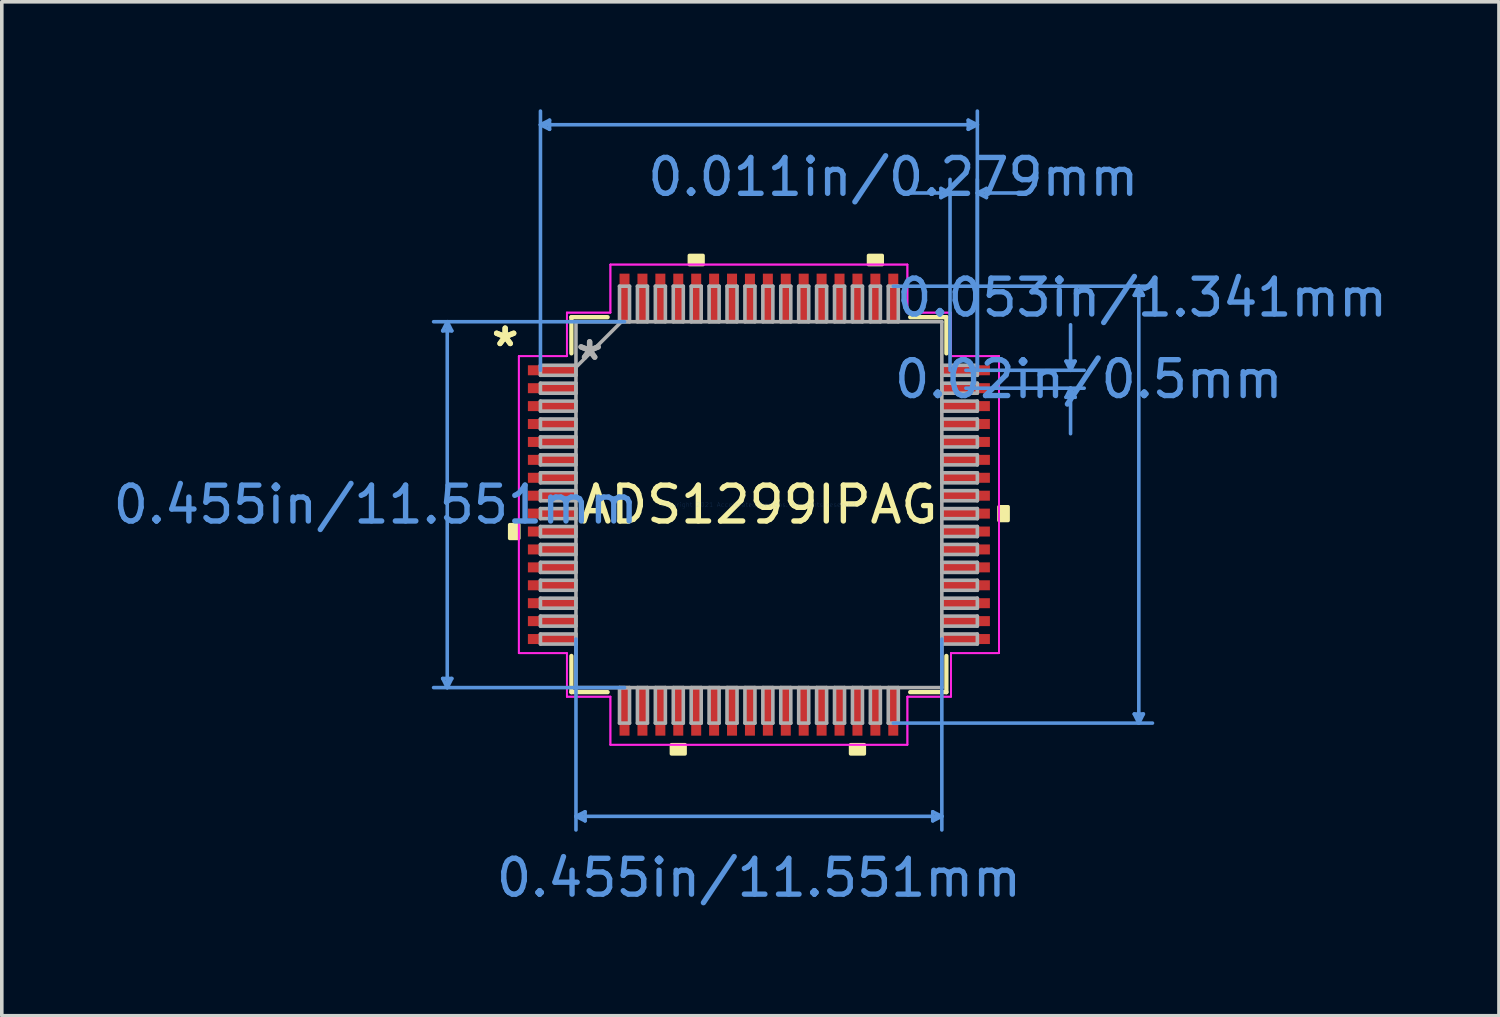
<source format=kicad_pcb>
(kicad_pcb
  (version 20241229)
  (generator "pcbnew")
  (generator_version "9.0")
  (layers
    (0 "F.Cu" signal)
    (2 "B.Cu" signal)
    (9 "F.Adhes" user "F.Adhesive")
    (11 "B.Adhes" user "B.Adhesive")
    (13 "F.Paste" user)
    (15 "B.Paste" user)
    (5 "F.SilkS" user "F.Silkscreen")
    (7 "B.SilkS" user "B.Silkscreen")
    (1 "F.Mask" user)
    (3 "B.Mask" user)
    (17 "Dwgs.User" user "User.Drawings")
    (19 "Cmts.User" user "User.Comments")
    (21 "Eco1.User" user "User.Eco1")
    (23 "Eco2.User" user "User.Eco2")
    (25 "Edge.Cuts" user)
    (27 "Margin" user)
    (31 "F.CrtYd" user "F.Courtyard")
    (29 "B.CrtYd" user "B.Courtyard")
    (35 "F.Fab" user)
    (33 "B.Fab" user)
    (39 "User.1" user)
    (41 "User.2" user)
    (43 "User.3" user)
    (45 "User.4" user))
  (footprint "ADS1299IPAG"
    (layer "F.Cu")
    (at 18.128 11.033)
    (property "Reference" "ADS1299IPAG" (at 0 0 0) (layer "F.SilkS") (effects (font (size 1 1) (thickness 0.15))))
    (attr through_hole)
    (fp_line (start -5.232 -5.232) (end -5.232 -4.222) (stroke (width 0.12) (type solid)) (layer "F.SilkS"))
    (fp_line (start -5.232 4.222) (end -5.232 5.232) (stroke (width 0.12) (type solid)) (layer "F.SilkS"))
    (fp_line (start -5.232 5.232) (end -4.222 5.232) (stroke (width 0.12) (type solid)) (layer "F.SilkS"))
    (fp_line (start -4.222 -5.232) (end -5.232 -5.232) (stroke (width 0.12) (type solid)) (layer "F.SilkS"))
    (fp_line (start 4.222 5.232) (end 5.232 5.232) (stroke (width 0.12) (type solid)) (layer "F.SilkS"))
    (fp_line (start 5.232 -5.232) (end 4.222 -5.232) (stroke (width 0.12) (type solid)) (layer "F.SilkS"))
    (fp_line (start 5.232 -4.222) (end 5.232 -5.232) (stroke (width 0.12) (type solid)) (layer "F.SilkS"))
    (fp_line (start 5.232 5.232) (end 5.232 4.222) (stroke (width 0.12) (type solid)) (layer "F.SilkS"))
    (fp_poly (pts (xy -6.954 0.56) (xy -6.954 0.941) (xy -6.7 0.941) (xy -6.7 0.56)) (stroke (width 0.1) (type solid)) (fill yes) (layer "F.SilkS"))
    (fp_poly (pts (xy -2.441 6.7) (xy -2.441 6.954) (xy -2.06 6.954) (xy -2.06 6.7)) (stroke (width 0.1) (type solid)) (fill yes) (layer "F.SilkS"))
    (fp_poly (pts (xy -1.94 -6.7) (xy -1.94 -6.954) (xy -1.559 -6.954) (xy -1.559 -6.7)) (stroke (width 0.1) (type solid)) (fill yes) (layer "F.SilkS"))
    (fp_poly (pts (xy 2.559 6.7) (xy 2.559 6.954) (xy 2.941 6.954) (xy 2.941 6.7)) (stroke (width 0.1) (type solid)) (fill yes) (layer "F.SilkS"))
    (fp_poly (pts (xy 3.06 -6.7) (xy 3.06 -6.954) (xy 3.441 -6.954) (xy 3.441 -6.7)) (stroke (width 0.1) (type solid)) (fill yes) (layer "F.SilkS"))
    (fp_poly (pts (xy 6.954 0.059) (xy 6.954 0.441) (xy 6.7 0.441) (xy 6.7 0.059)) (stroke (width 0.1) (type solid)) (fill yes) (layer "F.SilkS"))
    (fp_line (start -8.824 -4.851) (end -8.57 -4.851) (stroke (width 0.1) (type solid)) (layer "Cmts.User"))
    (fp_line (start -8.824 4.851) (end -8.57 4.851) (stroke (width 0.1) (type solid)) (layer "Cmts.User"))
    (fp_line (start -8.697 -5.105) (end -8.824 -4.851) (stroke (width 0.1) (type solid)) (layer "Cmts.User"))
    (fp_line (start -8.697 -5.105) (end -8.697 5.105) (stroke (width 0.1) (type solid)) (layer "Cmts.User"))
    (fp_line (start -8.697 -5.105) (end -8.57 -4.851) (stroke (width 0.1) (type solid)) (layer "Cmts.User"))
    (fp_line (start -8.697 5.105) (end -8.824 4.851) (stroke (width 0.1) (type solid)) (layer "Cmts.User"))
    (fp_line (start -8.697 5.105) (end -8.57 4.851) (stroke (width 0.1) (type solid)) (layer "Cmts.User"))
    (fp_line (start -6.096 -10.602) (end -5.842 -10.729) (stroke (width 0.1) (type solid)) (layer "Cmts.User"))
    (fp_line (start -6.096 -10.602) (end -5.842 -10.475) (stroke (width 0.1) (type solid)) (layer "Cmts.User"))
    (fp_line (start -6.096 -10.602) (end 6.096 -10.602) (stroke (width 0.1) (type solid)) (layer "Cmts.User"))
    (fp_line (start -6.096 -3.75) (end -6.096 -10.983) (stroke (width 0.1) (type solid)) (layer "Cmts.User"))
    (fp_line (start -5.842 -10.729) (end -5.842 -10.475) (stroke (width 0.1) (type solid)) (layer "Cmts.User"))
    (fp_line (start -5.105 3.75) (end -5.105 9.078) (stroke (width 0.1) (type solid)) (layer "Cmts.User"))
    (fp_line (start -5.105 8.697) (end -4.851 8.57) (stroke (width 0.1) (type solid)) (layer "Cmts.User"))
    (fp_line (start -5.105 8.697) (end -4.851 8.824) (stroke (width 0.1) (type solid)) (layer "Cmts.User"))
    (fp_line (start -5.105 8.697) (end 5.105 8.697) (stroke (width 0.1) (type solid)) (layer "Cmts.User"))
    (fp_line (start -4.851 8.57) (end -4.851 8.824) (stroke (width 0.1) (type solid)) (layer "Cmts.User"))
    (fp_line (start -3.75 -5.105) (end -9.078 -5.105) (stroke (width 0.1) (type solid)) (layer "Cmts.User"))
    (fp_line (start -3.75 5.105) (end -9.078 5.105) (stroke (width 0.1) (type solid)) (layer "Cmts.User"))
    (fp_line (start 3.75 -6.096) (end 10.983 -6.096) (stroke (width 0.1) (type solid)) (layer "Cmts.User"))
    (fp_line (start 3.75 6.096) (end 10.983 6.096) (stroke (width 0.1) (type solid)) (layer "Cmts.User"))
    (fp_line (start 4.851 8.57) (end 4.851 8.824) (stroke (width 0.1) (type solid)) (layer "Cmts.User"))
    (fp_line (start 5.08 -8.824) (end 5.08 -8.57) (stroke (width 0.1) (type solid)) (layer "Cmts.User"))
    (fp_line (start 5.105 3.75) (end 5.105 9.078) (stroke (width 0.1) (type solid)) (layer "Cmts.User"))
    (fp_line (start 5.105 8.697) (end 4.851 8.57) (stroke (width 0.1) (type solid)) (layer "Cmts.User"))
    (fp_line (start 5.105 8.697) (end 4.851 8.824) (stroke (width 0.1) (type solid)) (layer "Cmts.User"))
    (fp_line (start 5.334 -8.697) (end 4.064 -8.697) (stroke (width 0.1) (type solid)) (layer "Cmts.User"))
    (fp_line (start 5.334 -8.697) (end 5.08 -8.824) (stroke (width 0.1) (type solid)) (layer "Cmts.User"))
    (fp_line (start 5.334 -8.697) (end 5.08 -8.57) (stroke (width 0.1) (type solid)) (layer "Cmts.User"))
    (fp_line (start 5.334 -3.75) (end 5.334 -9.078) (stroke (width 0.1) (type solid)) (layer "Cmts.User"))
    (fp_line (start 5.776 -3.75) (end 9.078 -3.75) (stroke (width 0.1) (type solid)) (layer "Cmts.User"))
    (fp_line (start 5.776 -3.25) (end 9.078 -3.25) (stroke (width 0.1) (type solid)) (layer "Cmts.User"))
    (fp_line (start 5.842 -10.729) (end 5.842 -10.475) (stroke (width 0.1) (type solid)) (layer "Cmts.User"))
    (fp_line (start 6.096 -10.602) (end 5.842 -10.729) (stroke (width 0.1) (type solid)) (layer "Cmts.User"))
    (fp_line (start 6.096 -10.602) (end 5.842 -10.475) (stroke (width 0.1) (type solid)) (layer "Cmts.User"))
    (fp_line (start 6.096 -8.697) (end 6.35 -8.824) (stroke (width 0.1) (type solid)) (layer "Cmts.User"))
    (fp_line (start 6.096 -8.697) (end 6.35 -8.57) (stroke (width 0.1) (type solid)) (layer "Cmts.User"))
    (fp_line (start 6.096 -8.697) (end 7.366 -8.697) (stroke (width 0.1) (type solid)) (layer "Cmts.User"))
    (fp_line (start 6.096 -3.75) (end 6.096 -10.983) (stroke (width 0.1) (type solid)) (layer "Cmts.User"))
    (fp_line (start 6.096 -3.75) (end 6.096 -9.078) (stroke (width 0.1) (type solid)) (layer "Cmts.User"))
    (fp_line (start 6.35 -8.824) (end 6.35 -8.57) (stroke (width 0.1) (type solid)) (layer "Cmts.User"))
    (fp_line (start 8.57 -4.004) (end 8.824 -4.004) (stroke (width 0.1) (type solid)) (layer "Cmts.User"))
    (fp_line (start 8.57 -2.996) (end 8.824 -2.996) (stroke (width 0.1) (type solid)) (layer "Cmts.User"))
    (fp_line (start 8.697 -3.75) (end 8.57 -4.004) (stroke (width 0.1) (type solid)) (layer "Cmts.User"))
    (fp_line (start 8.697 -3.75) (end 8.697 -5.02) (stroke (width 0.1) (type solid)) (layer "Cmts.User"))
    (fp_line (start 8.697 -3.75) (end 8.824 -4.004) (stroke (width 0.1) (type solid)) (layer "Cmts.User"))
    (fp_line (start 8.697 -3.25) (end 8.57 -2.996) (stroke (width 0.1) (type solid)) (layer "Cmts.User"))
    (fp_line (start 8.697 -3.25) (end 8.697 -1.98) (stroke (width 0.1) (type solid)) (layer "Cmts.User"))
    (fp_line (start 8.697 -3.25) (end 8.824 -2.996) (stroke (width 0.1) (type solid)) (layer "Cmts.User"))
    (fp_line (start 10.475 -5.842) (end 10.729 -5.842) (stroke (width 0.1) (type solid)) (layer "Cmts.User"))
    (fp_line (start 10.475 5.842) (end 10.729 5.842) (stroke (width 0.1) (type solid)) (layer "Cmts.User"))
    (fp_line (start 10.602 -6.096) (end 10.475 -5.842) (stroke (width 0.1) (type solid)) (layer "Cmts.User"))
    (fp_line (start 10.602 -6.096) (end 10.602 6.096) (stroke (width 0.1) (type solid)) (layer "Cmts.User"))
    (fp_line (start 10.602 -6.096) (end 10.729 -5.842) (stroke (width 0.1) (type solid)) (layer "Cmts.User"))
    (fp_line (start 10.602 6.096) (end 10.475 5.842) (stroke (width 0.1) (type solid)) (layer "Cmts.User"))
    (fp_line (start 10.602 6.096) (end 10.729 5.842) (stroke (width 0.1) (type solid)) (layer "Cmts.User"))
    (fp_line (start -6.7 -4.144) (end -5.359 -4.144) (stroke (width 0.05) (type solid)) (layer "F.CrtYd"))
    (fp_line (start -6.7 -4.144) (end -5.359 -4.144) (stroke (width 0.05) (type solid)) (layer "F.CrtYd"))
    (fp_line (start -6.7 4.144) (end -6.7 -4.144) (stroke (width 0.05) (type solid)) (layer "F.CrtYd"))
    (fp_line (start -6.7 4.144) (end -6.7 -4.144) (stroke (width 0.05) (type solid)) (layer "F.CrtYd"))
    (fp_line (start -5.359 -5.359) (end -4.144 -5.359) (stroke (width 0.05) (type solid)) (layer "F.CrtYd"))
    (fp_line (start -5.359 -5.359) (end -4.144 -5.359) (stroke (width 0.05) (type solid)) (layer "F.CrtYd"))
    (fp_line (start -5.359 -4.144) (end -5.359 -5.359) (stroke (width 0.05) (type solid)) (layer "F.CrtYd"))
    (fp_line (start -5.359 -4.144) (end -5.359 -5.359) (stroke (width 0.05) (type solid)) (layer "F.CrtYd"))
    (fp_line (start -5.359 4.144) (end -6.7 4.144) (stroke (width 0.05) (type solid)) (layer "F.CrtYd"))
    (fp_line (start -5.359 4.144) (end -6.7 4.144) (stroke (width 0.05) (type solid)) (layer "F.CrtYd"))
    (fp_line (start -5.359 5.359) (end -5.359 4.144) (stroke (width 0.05) (type solid)) (layer "F.CrtYd"))
    (fp_line (start -5.359 5.359) (end -5.359 4.144) (stroke (width 0.05) (type solid)) (layer "F.CrtYd"))
    (fp_line (start -5.359 5.359) (end -4.144 5.359) (stroke (width 0.05) (type solid)) (layer "F.CrtYd"))
    (fp_line (start -4.144 -6.7) (end 4.144 -6.7) (stroke (width 0.05) (type solid)) (layer "F.CrtYd"))
    (fp_line (start -4.144 -6.7) (end 4.144 -6.7) (stroke (width 0.05) (type solid)) (layer "F.CrtYd"))
    (fp_line (start -4.144 -5.359) (end -4.144 -6.7) (stroke (width 0.05) (type solid)) (layer "F.CrtYd"))
    (fp_line (start -4.144 -5.359) (end -4.144 -6.7) (stroke (width 0.05) (type solid)) (layer "F.CrtYd"))
    (fp_line (start -4.144 5.359) (end -5.359 5.359) (stroke (width 0.05) (type solid)) (layer "F.CrtYd"))
    (fp_line (start -4.144 5.359) (end -4.144 6.7) (stroke (width 0.05) (type solid)) (layer "F.CrtYd"))
    (fp_line (start -4.144 6.7) (end -4.144 5.359) (stroke (width 0.05) (type solid)) (layer "F.CrtYd"))
    (fp_line (start -4.144 6.7) (end 4.144 6.7) (stroke (width 0.05) (type solid)) (layer "F.CrtYd"))
    (fp_line (start 4.144 -6.7) (end 4.144 -5.359) (stroke (width 0.05) (type solid)) (layer "F.CrtYd"))
    (fp_line (start 4.144 -6.7) (end 4.144 -5.359) (stroke (width 0.05) (type solid)) (layer "F.CrtYd"))
    (fp_line (start 4.144 -5.359) (end 5.359 -5.359) (stroke (width 0.05) (type solid)) (layer "F.CrtYd"))
    (fp_line (start 4.144 -5.359) (end 5.359 -5.359) (stroke (width 0.05) (type solid)) (layer "F.CrtYd"))
    (fp_line (start 4.144 5.359) (end 4.144 6.7) (stroke (width 0.05) (type solid)) (layer "F.CrtYd"))
    (fp_line (start 4.144 5.359) (end 5.359 5.359) (stroke (width 0.05) (type solid)) (layer "F.CrtYd"))
    (fp_line (start 4.144 6.7) (end -4.144 6.7) (stroke (width 0.05) (type solid)) (layer "F.CrtYd"))
    (fp_line (start 4.144 6.7) (end 4.144 5.359) (stroke (width 0.05) (type solid)) (layer "F.CrtYd"))
    (fp_line (start 5.359 -5.359) (end 5.359 -4.144) (stroke (width 0.05) (type solid)) (layer "F.CrtYd"))
    (fp_line (start 5.359 -4.144) (end 5.359 -5.359) (stroke (width 0.05) (type solid)) (layer "F.CrtYd"))
    (fp_line (start 5.359 -4.144) (end 6.7 -4.144) (stroke (width 0.05) (type solid)) (layer "F.CrtYd"))
    (fp_line (start 5.359 4.144) (end 5.359 5.359) (stroke (width 0.05) (type solid)) (layer "F.CrtYd"))
    (fp_line (start 5.359 4.144) (end 6.7 4.144) (stroke (width 0.05) (type solid)) (layer "F.CrtYd"))
    (fp_line (start 5.359 5.359) (end 4.144 5.359) (stroke (width 0.05) (type solid)) (layer "F.CrtYd"))
    (fp_line (start 5.359 5.359) (end 5.359 4.144) (stroke (width 0.05) (type solid)) (layer "F.CrtYd"))
    (fp_line (start 6.7 -4.144) (end 5.359 -4.144) (stroke (width 0.05) (type solid)) (layer "F.CrtYd"))
    (fp_line (start 6.7 -4.144) (end 6.7 4.144) (stroke (width 0.05) (type solid)) (layer "F.CrtYd"))
    (fp_line (start 6.7 4.144) (end 5.359 4.144) (stroke (width 0.05) (type solid)) (layer "F.CrtYd"))
    (fp_line (start 6.7 4.144) (end 6.7 -4.144) (stroke (width 0.05) (type solid)) (layer "F.CrtYd"))
    (fp_line (start -6.096 -3.89) (end -6.096 -3.61) (stroke (width 0.1) (type solid)) (layer "F.Fab"))
    (fp_line (start -6.096 -3.61) (end -5.105 -3.61) (stroke (width 0.1) (type solid)) (layer "F.Fab"))
    (fp_line (start -6.096 -3.39) (end -6.096 -3.11) (stroke (width 0.1) (type solid)) (layer "F.Fab"))
    (fp_line (start -6.096 -3.11) (end -5.105 -3.11) (stroke (width 0.1) (type solid)) (layer "F.Fab"))
    (fp_line (start -6.096 -2.89) (end -6.096 -2.61) (stroke (width 0.1) (type solid)) (layer "F.Fab"))
    (fp_line (start -6.096 -2.61) (end -5.105 -2.61) (stroke (width 0.1) (type solid)) (layer "F.Fab"))
    (fp_line (start -6.096 -2.39) (end -6.096 -2.11) (stroke (width 0.1) (type solid)) (layer "F.Fab"))
    (fp_line (start -6.096 -2.11) (end -5.105 -2.11) (stroke (width 0.1) (type solid)) (layer "F.Fab"))
    (fp_line (start -6.096 -1.89) (end -6.096 -1.61) (stroke (width 0.1) (type solid)) (layer "F.Fab"))
    (fp_line (start -6.096 -1.61) (end -5.105 -1.61) (stroke (width 0.1) (type solid)) (layer "F.Fab"))
    (fp_line (start -6.096 -1.39) (end -6.096 -1.11) (stroke (width 0.1) (type solid)) (layer "F.Fab"))
    (fp_line (start -6.096 -1.11) (end -5.105 -1.11) (stroke (width 0.1) (type solid)) (layer "F.Fab"))
    (fp_line (start -6.096 -0.89) (end -6.096 -0.61) (stroke (width 0.1) (type solid)) (layer "F.Fab"))
    (fp_line (start -6.096 -0.61) (end -5.105 -0.61) (stroke (width 0.1) (type solid)) (layer "F.Fab"))
    (fp_line (start -6.096 -0.39) (end -6.096 -0.11) (stroke (width 0.1) (type solid)) (layer "F.Fab"))
    (fp_line (start -6.096 -0.11) (end -5.105 -0.11) (stroke (width 0.1) (type solid)) (layer "F.Fab"))
    (fp_line (start -6.096 0.11) (end -6.096 0.39) (stroke (width 0.1) (type solid)) (layer "F.Fab"))
    (fp_line (start -6.096 0.39) (end -5.105 0.39) (stroke (width 0.1) (type solid)) (layer "F.Fab"))
    (fp_line (start -6.096 0.61) (end -6.096 0.89) (stroke (width 0.1) (type solid)) (layer "F.Fab"))
    (fp_line (start -6.096 0.89) (end -5.105 0.89) (stroke (width 0.1) (type solid)) (layer "F.Fab"))
    (fp_line (start -6.096 1.11) (end -6.096 1.39) (stroke (width 0.1) (type solid)) (layer "F.Fab"))
    (fp_line (start -6.096 1.39) (end -5.105 1.39) (stroke (width 0.1) (type solid)) (layer "F.Fab"))
    (fp_line (start -6.096 1.61) (end -6.096 1.89) (stroke (width 0.1) (type solid)) (layer "F.Fab"))
    (fp_line (start -6.096 1.89) (end -5.105 1.89) (stroke (width 0.1) (type solid)) (layer "F.Fab"))
    (fp_line (start -6.096 2.11) (end -6.096 2.39) (stroke (width 0.1) (type solid)) (layer "F.Fab"))
    (fp_line (start -6.096 2.39) (end -5.105 2.39) (stroke (width 0.1) (type solid)) (layer "F.Fab"))
    (fp_line (start -6.096 2.61) (end -6.096 2.89) (stroke (width 0.1) (type solid)) (layer "F.Fab"))
    (fp_line (start -6.096 2.89) (end -5.105 2.89) (stroke (width 0.1) (type solid)) (layer "F.Fab"))
    (fp_line (start -6.096 3.11) (end -6.096 3.39) (stroke (width 0.1) (type solid)) (layer "F.Fab"))
    (fp_line (start -6.096 3.39) (end -5.105 3.39) (stroke (width 0.1) (type solid)) (layer "F.Fab"))
    (fp_line (start -6.096 3.61) (end -6.096 3.89) (stroke (width 0.1) (type solid)) (layer "F.Fab"))
    (fp_line (start -6.096 3.89) (end -5.105 3.89) (stroke (width 0.1) (type solid)) (layer "F.Fab"))
    (fp_line (start -5.105 -5.105) (end -5.105 5.105) (stroke (width 0.1) (type solid)) (layer "F.Fab"))
    (fp_line (start -5.105 -3.89) (end -6.096 -3.89) (stroke (width 0.1) (type solid)) (layer "F.Fab"))
    (fp_line (start -5.105 -3.835) (end -3.835 -5.105) (stroke (width 0.1) (type solid)) (layer "F.Fab"))
    (fp_line (start -5.105 -3.61) (end -5.105 -3.89) (stroke (width 0.1) (type solid)) (layer "F.Fab"))
    (fp_line (start -5.105 -3.39) (end -6.096 -3.39) (stroke (width 0.1) (type solid)) (layer "F.Fab"))
    (fp_line (start -5.105 -3.11) (end -5.105 -3.39) (stroke (width 0.1) (type solid)) (layer "F.Fab"))
    (fp_line (start -5.105 -2.89) (end -6.096 -2.89) (stroke (width 0.1) (type solid)) (layer "F.Fab"))
    (fp_line (start -5.105 -2.61) (end -5.105 -2.89) (stroke (width 0.1) (type solid)) (layer "F.Fab"))
    (fp_line (start -5.105 -2.39) (end -6.096 -2.39) (stroke (width 0.1) (type solid)) (layer "F.Fab"))
    (fp_line (start -5.105 -2.11) (end -5.105 -2.39) (stroke (width 0.1) (type solid)) (layer "F.Fab"))
    (fp_line (start -5.105 -1.89) (end -6.096 -1.89) (stroke (width 0.1) (type solid)) (layer "F.Fab"))
    (fp_line (start -5.105 -1.61) (end -5.105 -1.89) (stroke (width 0.1) (type solid)) (layer "F.Fab"))
    (fp_line (start -5.105 -1.39) (end -6.096 -1.39) (stroke (width 0.1) (type solid)) (layer "F.Fab"))
    (fp_line (start -5.105 -1.11) (end -5.105 -1.39) (stroke (width 0.1) (type solid)) (layer "F.Fab"))
    (fp_line (start -5.105 -0.89) (end -6.096 -0.89) (stroke (width 0.1) (type solid)) (layer "F.Fab"))
    (fp_line (start -5.105 -0.61) (end -5.105 -0.89) (stroke (width 0.1) (type solid)) (layer "F.Fab"))
    (fp_line (start -5.105 -0.39) (end -6.096 -0.39) (stroke (width 0.1) (type solid)) (layer "F.Fab"))
    (fp_line (start -5.105 -0.11) (end -5.105 -0.39) (stroke (width 0.1) (type solid)) (layer "F.Fab"))
    (fp_line (start -5.105 0.11) (end -6.096 0.11) (stroke (width 0.1) (type solid)) (layer "F.Fab"))
    (fp_line (start -5.105 0.39) (end -5.105 0.11) (stroke (width 0.1) (type solid)) (layer "F.Fab"))
    (fp_line (start -5.105 0.61) (end -6.096 0.61) (stroke (width 0.1) (type solid)) (layer "F.Fab"))
    (fp_line (start -5.105 0.89) (end -5.105 0.61) (stroke (width 0.1) (type solid)) (layer "F.Fab"))
    (fp_line (start -5.105 1.11) (end -6.096 1.11) (stroke (width 0.1) (type solid)) (layer "F.Fab"))
    (fp_line (start -5.105 1.39) (end -5.105 1.11) (stroke (width 0.1) (type solid)) (layer "F.Fab"))
    (fp_line (start -5.105 1.61) (end -6.096 1.61) (stroke (width 0.1) (type solid)) (layer "F.Fab"))
    (fp_line (start -5.105 1.89) (end -5.105 1.61) (stroke (width 0.1) (type solid)) (layer "F.Fab"))
    (fp_line (start -5.105 2.11) (end -6.096 2.11) (stroke (width 0.1) (type solid)) (layer "F.Fab"))
    (fp_line (start -5.105 2.39) (end -5.105 2.11) (stroke (width 0.1) (type solid)) (layer "F.Fab"))
    (fp_line (start -5.105 2.61) (end -6.096 2.61) (stroke (width 0.1) (type solid)) (layer "F.Fab"))
    (fp_line (start -5.105 2.89) (end -5.105 2.61) (stroke (width 0.1) (type solid)) (layer "F.Fab"))
    (fp_line (start -5.105 3.11) (end -6.096 3.11) (stroke (width 0.1) (type solid)) (layer "F.Fab"))
    (fp_line (start -5.105 3.39) (end -5.105 3.11) (stroke (width 0.1) (type solid)) (layer "F.Fab"))
    (fp_line (start -5.105 3.61) (end -6.096 3.61) (stroke (width 0.1) (type solid)) (layer "F.Fab"))
    (fp_line (start -5.105 3.89) (end -5.105 3.61) (stroke (width 0.1) (type solid)) (layer "F.Fab"))
    (fp_line (start -5.105 5.105) (end 5.105 5.105) (stroke (width 0.1) (type solid)) (layer "F.Fab"))
    (fp_line (start -3.89 -6.096) (end -3.89 -5.105) (stroke (width 0.1) (type solid)) (layer "F.Fab"))
    (fp_line (start -3.89 -5.105) (end -3.61 -5.105) (stroke (width 0.1) (type solid)) (layer "F.Fab"))
    (fp_line (start -3.89 5.105) (end -3.89 6.096) (stroke (width 0.1) (type solid)) (layer "F.Fab"))
    (fp_line (start -3.89 6.096) (end -3.61 6.096) (stroke (width 0.1) (type solid)) (layer "F.Fab"))
    (fp_line (start -3.61 -6.096) (end -3.89 -6.096) (stroke (width 0.1) (type solid)) (layer "F.Fab"))
    (fp_line (start -3.61 -5.105) (end -3.61 -6.096) (stroke (width 0.1) (type solid)) (layer "F.Fab"))
    (fp_line (start -3.61 5.105) (end -3.89 5.105) (stroke (width 0.1) (type solid)) (layer "F.Fab"))
    (fp_line (start -3.61 6.096) (end -3.61 5.105) (stroke (width 0.1) (type solid)) (layer "F.Fab"))
    (fp_line (start -3.39 -6.096) (end -3.39 -5.105) (stroke (width 0.1) (type solid)) (layer "F.Fab"))
    (fp_line (start -3.39 -5.105) (end -3.11 -5.105) (stroke (width 0.1) (type solid)) (layer "F.Fab"))
    (fp_line (start -3.39 5.105) (end -3.39 6.096) (stroke (width 0.1) (type solid)) (layer "F.Fab"))
    (fp_line (start -3.39 6.096) (end -3.11 6.096) (stroke (width 0.1) (type solid)) (layer "F.Fab"))
    (fp_line (start -3.11 -6.096) (end -3.39 -6.096) (stroke (width 0.1) (type solid)) (layer "F.Fab"))
    (fp_line (start -3.11 -5.105) (end -3.11 -6.096) (stroke (width 0.1) (type solid)) (layer "F.Fab"))
    (fp_line (start -3.11 5.105) (end -3.39 5.105) (stroke (width 0.1) (type solid)) (layer "F.Fab"))
    (fp_line (start -3.11 6.096) (end -3.11 5.105) (stroke (width 0.1) (type solid)) (layer "F.Fab"))
    (fp_line (start -2.89 -6.096) (end -2.89 -5.105) (stroke (width 0.1) (type solid)) (layer "F.Fab"))
    (fp_line (start -2.89 -5.105) (end -2.61 -5.105) (stroke (width 0.1) (type solid)) (layer "F.Fab"))
    (fp_line (start -2.89 5.105) (end -2.89 6.096) (stroke (width 0.1) (type solid)) (layer "F.Fab"))
    (fp_line (start -2.89 6.096) (end -2.61 6.096) (stroke (width 0.1) (type solid)) (layer "F.Fab"))
    (fp_line (start -2.61 -6.096) (end -2.89 -6.096) (stroke (width 0.1) (type solid)) (layer "F.Fab"))
    (fp_line (start -2.61 -5.105) (end -2.61 -6.096) (stroke (width 0.1) (type solid)) (layer "F.Fab"))
    (fp_line (start -2.61 5.105) (end -2.89 5.105) (stroke (width 0.1) (type solid)) (layer "F.Fab"))
    (fp_line (start -2.61 6.096) (end -2.61 5.105) (stroke (width 0.1) (type solid)) (layer "F.Fab"))
    (fp_line (start -2.39 -6.096) (end -2.39 -5.105) (stroke (width 0.1) (type solid)) (layer "F.Fab"))
    (fp_line (start -2.39 -5.105) (end -2.11 -5.105) (stroke (width 0.1) (type solid)) (layer "F.Fab"))
    (fp_line (start -2.39 5.105) (end -2.39 6.096) (stroke (width 0.1) (type solid)) (layer "F.Fab"))
    (fp_line (start -2.39 6.096) (end -2.11 6.096) (stroke (width 0.1) (type solid)) (layer "F.Fab"))
    (fp_line (start -2.11 -6.096) (end -2.39 -6.096) (stroke (width 0.1) (type solid)) (layer "F.Fab"))
    (fp_line (start -2.11 -5.105) (end -2.11 -6.096) (stroke (width 0.1) (type solid)) (layer "F.Fab"))
    (fp_line (start -2.11 5.105) (end -2.39 5.105) (stroke (width 0.1) (type solid)) (layer "F.Fab"))
    (fp_line (start -2.11 6.096) (end -2.11 5.105) (stroke (width 0.1) (type solid)) (layer "F.Fab"))
    (fp_line (start -1.89 -6.096) (end -1.89 -5.105) (stroke (width 0.1) (type solid)) (layer "F.Fab"))
    (fp_line (start -1.89 -5.105) (end -1.61 -5.105) (stroke (width 0.1) (type solid)) (layer "F.Fab"))
    (fp_line (start -1.89 5.105) (end -1.89 6.096) (stroke (width 0.1) (type solid)) (layer "F.Fab"))
    (fp_line (start -1.89 6.096) (end -1.61 6.096) (stroke (width 0.1) (type solid)) (layer "F.Fab"))
    (fp_line (start -1.61 -6.096) (end -1.89 -6.096) (stroke (width 0.1) (type solid)) (layer "F.Fab"))
    (fp_line (start -1.61 -5.105) (end -1.61 -6.096) (stroke (width 0.1) (type solid)) (layer "F.Fab"))
    (fp_line (start -1.61 5.105) (end -1.89 5.105) (stroke (width 0.1) (type solid)) (layer "F.Fab"))
    (fp_line (start -1.61 6.096) (end -1.61 5.105) (stroke (width 0.1) (type solid)) (layer "F.Fab"))
    (fp_line (start -1.39 -6.096) (end -1.39 -5.105) (stroke (width 0.1) (type solid)) (layer "F.Fab"))
    (fp_line (start -1.39 -5.105) (end -1.11 -5.105) (stroke (width 0.1) (type solid)) (layer "F.Fab"))
    (fp_line (start -1.39 5.105) (end -1.39 6.096) (stroke (width 0.1) (type solid)) (layer "F.Fab"))
    (fp_line (start -1.39 6.096) (end -1.11 6.096) (stroke (width 0.1) (type solid)) (layer "F.Fab"))
    (fp_line (start -1.11 -6.096) (end -1.39 -6.096) (stroke (width 0.1) (type solid)) (layer "F.Fab"))
    (fp_line (start -1.11 -5.105) (end -1.11 -6.096) (stroke (width 0.1) (type solid)) (layer "F.Fab"))
    (fp_line (start -1.11 5.105) (end -1.39 5.105) (stroke (width 0.1) (type solid)) (layer "F.Fab"))
    (fp_line (start -1.11 6.096) (end -1.11 5.105) (stroke (width 0.1) (type solid)) (layer "F.Fab"))
    (fp_line (start -0.89 -6.096) (end -0.89 -5.105) (stroke (width 0.1) (type solid)) (layer "F.Fab"))
    (fp_line (start -0.89 -5.105) (end -0.61 -5.105) (stroke (width 0.1) (type solid)) (layer "F.Fab"))
    (fp_line (start -0.89 5.105) (end -0.89 6.096) (stroke (width 0.1) (type solid)) (layer "F.Fab"))
    (fp_line (start -0.89 6.096) (end -0.61 6.096) (stroke (width 0.1) (type solid)) (layer "F.Fab"))
    (fp_line (start -0.61 -6.096) (end -0.89 -6.096) (stroke (width 0.1) (type solid)) (layer "F.Fab"))
    (fp_line (start -0.61 -5.105) (end -0.61 -6.096) (stroke (width 0.1) (type solid)) (layer "F.Fab"))
    (fp_line (start -0.61 5.105) (end -0.89 5.105) (stroke (width 0.1) (type solid)) (layer "F.Fab"))
    (fp_line (start -0.61 6.096) (end -0.61 5.105) (stroke (width 0.1) (type solid)) (layer "F.Fab"))
    (fp_line (start -0.39 -6.096) (end -0.39 -5.105) (stroke (width 0.1) (type solid)) (layer "F.Fab"))
    (fp_line (start -0.39 -5.105) (end -0.11 -5.105) (stroke (width 0.1) (type solid)) (layer "F.Fab"))
    (fp_line (start -0.39 5.105) (end -0.39 6.096) (stroke (width 0.1) (type solid)) (layer "F.Fab"))
    (fp_line (start -0.39 6.096) (end -0.11 6.096) (stroke (width 0.1) (type solid)) (layer "F.Fab"))
    (fp_line (start -0.11 -6.096) (end -0.39 -6.096) (stroke (width 0.1) (type solid)) (layer "F.Fab"))
    (fp_line (start -0.11 -5.105) (end -0.11 -6.096) (stroke (width 0.1) (type solid)) (layer "F.Fab"))
    (fp_line (start -0.11 5.105) (end -0.39 5.105) (stroke (width 0.1) (type solid)) (layer "F.Fab"))
    (fp_line (start -0.11 6.096) (end -0.11 5.105) (stroke (width 0.1) (type solid)) (layer "F.Fab"))
    (fp_line (start 0.11 -6.096) (end 0.11 -5.105) (stroke (width 0.1) (type solid)) (layer "F.Fab"))
    (fp_line (start 0.11 -5.105) (end 0.39 -5.105) (stroke (width 0.1) (type solid)) (layer "F.Fab"))
    (fp_line (start 0.11 5.105) (end 0.11 6.096) (stroke (width 0.1) (type solid)) (layer "F.Fab"))
    (fp_line (start 0.11 6.096) (end 0.39 6.096) (stroke (width 0.1) (type solid)) (layer "F.Fab"))
    (fp_line (start 0.39 -6.096) (end 0.11 -6.096) (stroke (width 0.1) (type solid)) (layer "F.Fab"))
    (fp_line (start 0.39 -5.105) (end 0.39 -6.096) (stroke (width 0.1) (type solid)) (layer "F.Fab"))
    (fp_line (start 0.39 5.105) (end 0.11 5.105) (stroke (width 0.1) (type solid)) (layer "F.Fab"))
    (fp_line (start 0.39 6.096) (end 0.39 5.105) (stroke (width 0.1) (type solid)) (layer "F.Fab"))
    (fp_line (start 0.61 -6.096) (end 0.61 -5.105) (stroke (width 0.1) (type solid)) (layer "F.Fab"))
    (fp_line (start 0.61 -5.105) (end 0.89 -5.105) (stroke (width 0.1) (type solid)) (layer "F.Fab"))
    (fp_line (start 0.61 5.105) (end 0.61 6.096) (stroke (width 0.1) (type solid)) (layer "F.Fab"))
    (fp_line (start 0.61 6.096) (end 0.89 6.096) (stroke (width 0.1) (type solid)) (layer "F.Fab"))
    (fp_line (start 0.89 -6.096) (end 0.61 -6.096) (stroke (width 0.1) (type solid)) (layer "F.Fab"))
    (fp_line (start 0.89 -5.105) (end 0.89 -6.096) (stroke (width 0.1) (type solid)) (layer "F.Fab"))
    (fp_line (start 0.89 5.105) (end 0.61 5.105) (stroke (width 0.1) (type solid)) (layer "F.Fab"))
    (fp_line (start 0.89 6.096) (end 0.89 5.105) (stroke (width 0.1) (type solid)) (layer "F.Fab"))
    (fp_line (start 1.11 -6.096) (end 1.11 -5.105) (stroke (width 0.1) (type solid)) (layer "F.Fab"))
    (fp_line (start 1.11 -5.105) (end 1.39 -5.105) (stroke (width 0.1) (type solid)) (layer "F.Fab"))
    (fp_line (start 1.11 5.105) (end 1.11 6.096) (stroke (width 0.1) (type solid)) (layer "F.Fab"))
    (fp_line (start 1.11 6.096) (end 1.39 6.096) (stroke (width 0.1) (type solid)) (layer "F.Fab"))
    (fp_line (start 1.39 -6.096) (end 1.11 -6.096) (stroke (width 0.1) (type solid)) (layer "F.Fab"))
    (fp_line (start 1.39 -5.105) (end 1.39 -6.096) (stroke (width 0.1) (type solid)) (layer "F.Fab"))
    (fp_line (start 1.39 5.105) (end 1.11 5.105) (stroke (width 0.1) (type solid)) (layer "F.Fab"))
    (fp_line (start 1.39 6.096) (end 1.39 5.105) (stroke (width 0.1) (type solid)) (layer "F.Fab"))
    (fp_line (start 1.61 -6.096) (end 1.61 -5.105) (stroke (width 0.1) (type solid)) (layer "F.Fab"))
    (fp_line (start 1.61 -5.105) (end 1.89 -5.105) (stroke (width 0.1) (type solid)) (layer "F.Fab"))
    (fp_line (start 1.61 5.105) (end 1.61 6.096) (stroke (width 0.1) (type solid)) (layer "F.Fab"))
    (fp_line (start 1.61 6.096) (end 1.89 6.096) (stroke (width 0.1) (type solid)) (layer "F.Fab"))
    (fp_line (start 1.89 -6.096) (end 1.61 -6.096) (stroke (width 0.1) (type solid)) (layer "F.Fab"))
    (fp_line (start 1.89 -5.105) (end 1.89 -6.096) (stroke (width 0.1) (type solid)) (layer "F.Fab"))
    (fp_line (start 1.89 5.105) (end 1.61 5.105) (stroke (width 0.1) (type solid)) (layer "F.Fab"))
    (fp_line (start 1.89 6.096) (end 1.89 5.105) (stroke (width 0.1) (type solid)) (layer "F.Fab"))
    (fp_line (start 2.11 -6.096) (end 2.11 -5.105) (stroke (width 0.1) (type solid)) (layer "F.Fab"))
    (fp_line (start 2.11 -5.105) (end 2.39 -5.105) (stroke (width 0.1) (type solid)) (layer "F.Fab"))
    (fp_line (start 2.11 5.105) (end 2.11 6.096) (stroke (width 0.1) (type solid)) (layer "F.Fab"))
    (fp_line (start 2.11 6.096) (end 2.39 6.096) (stroke (width 0.1) (type solid)) (layer "F.Fab"))
    (fp_line (start 2.39 -6.096) (end 2.11 -6.096) (stroke (width 0.1) (type solid)) (layer "F.Fab"))
    (fp_line (start 2.39 -5.105) (end 2.39 -6.096) (stroke (width 0.1) (type solid)) (layer "F.Fab"))
    (fp_line (start 2.39 5.105) (end 2.11 5.105) (stroke (width 0.1) (type solid)) (layer "F.Fab"))
    (fp_line (start 2.39 6.096) (end 2.39 5.105) (stroke (width 0.1) (type solid)) (layer "F.Fab"))
    (fp_line (start 2.61 -6.096) (end 2.61 -5.105) (stroke (width 0.1) (type solid)) (layer "F.Fab"))
    (fp_line (start 2.61 -5.105) (end 2.89 -5.105) (stroke (width 0.1) (type solid)) (layer "F.Fab"))
    (fp_line (start 2.61 5.105) (end 2.61 6.096) (stroke (width 0.1) (type solid)) (layer "F.Fab"))
    (fp_line (start 2.61 6.096) (end 2.89 6.096) (stroke (width 0.1) (type solid)) (layer "F.Fab"))
    (fp_line (start 2.89 -6.096) (end 2.61 -6.096) (stroke (width 0.1) (type solid)) (layer "F.Fab"))
    (fp_line (start 2.89 -5.105) (end 2.89 -6.096) (stroke (width 0.1) (type solid)) (layer "F.Fab"))
    (fp_line (start 2.89 5.105) (end 2.61 5.105) (stroke (width 0.1) (type solid)) (layer "F.Fab"))
    (fp_line (start 2.89 6.096) (end 2.89 5.105) (stroke (width 0.1) (type solid)) (layer "F.Fab"))
    (fp_line (start 3.11 -6.096) (end 3.11 -5.105) (stroke (width 0.1) (type solid)) (layer "F.Fab"))
    (fp_line (start 3.11 -5.105) (end 3.39 -5.105) (stroke (width 0.1) (type solid)) (layer "F.Fab"))
    (fp_line (start 3.11 5.105) (end 3.11 6.096) (stroke (width 0.1) (type solid)) (layer "F.Fab"))
    (fp_line (start 3.11 6.096) (end 3.39 6.096) (stroke (width 0.1) (type solid)) (layer "F.Fab"))
    (fp_line (start 3.39 -6.096) (end 3.11 -6.096) (stroke (width 0.1) (type solid)) (layer "F.Fab"))
    (fp_line (start 3.39 -5.105) (end 3.39 -6.096) (stroke (width 0.1) (type solid)) (layer "F.Fab"))
    (fp_line (start 3.39 5.105) (end 3.11 5.105) (stroke (width 0.1) (type solid)) (layer "F.Fab"))
    (fp_line (start 3.39 6.096) (end 3.39 5.105) (stroke (width 0.1) (type solid)) (layer "F.Fab"))
    (fp_line (start 3.61 -6.096) (end 3.61 -5.105) (stroke (width 0.1) (type solid)) (layer "F.Fab"))
    (fp_line (start 3.61 -5.105) (end 3.89 -5.105) (stroke (width 0.1) (type solid)) (layer "F.Fab"))
    (fp_line (start 3.61 5.105) (end 3.61 6.096) (stroke (width 0.1) (type solid)) (layer "F.Fab"))
    (fp_line (start 3.61 6.096) (end 3.89 6.096) (stroke (width 0.1) (type solid)) (layer "F.Fab"))
    (fp_line (start 3.89 -6.096) (end 3.61 -6.096) (stroke (width 0.1) (type solid)) (layer "F.Fab"))
    (fp_line (start 3.89 -5.105) (end 3.89 -6.096) (stroke (width 0.1) (type solid)) (layer "F.Fab"))
    (fp_line (start 3.89 5.105) (end 3.61 5.105) (stroke (width 0.1) (type solid)) (layer "F.Fab"))
    (fp_line (start 3.89 6.096) (end 3.89 5.105) (stroke (width 0.1) (type solid)) (layer "F.Fab"))
    (fp_line (start 5.105 -5.105) (end -5.105 -5.105) (stroke (width 0.1) (type solid)) (layer "F.Fab"))
    (fp_line (start 5.105 -3.89) (end 5.105 -3.61) (stroke (width 0.1) (type solid)) (layer "F.Fab"))
    (fp_line (start 5.105 -3.61) (end 6.096 -3.61) (stroke (width 0.1) (type solid)) (layer "F.Fab"))
    (fp_line (start 5.105 -3.39) (end 5.105 -3.11) (stroke (width 0.1) (type solid)) (layer "F.Fab"))
    (fp_line (start 5.105 -3.11) (end 6.096 -3.11) (stroke (width 0.1) (type solid)) (layer "F.Fab"))
    (fp_line (start 5.105 -2.89) (end 5.105 -2.61) (stroke (width 0.1) (type solid)) (layer "F.Fab"))
    (fp_line (start 5.105 -2.61) (end 6.096 -2.61) (stroke (width 0.1) (type solid)) (layer "F.Fab"))
    (fp_line (start 5.105 -2.39) (end 5.105 -2.11) (stroke (width 0.1) (type solid)) (layer "F.Fab"))
    (fp_line (start 5.105 -2.11) (end 6.096 -2.11) (stroke (width 0.1) (type solid)) (layer "F.Fab"))
    (fp_line (start 5.105 -1.89) (end 5.105 -1.61) (stroke (width 0.1) (type solid)) (layer "F.Fab"))
    (fp_line (start 5.105 -1.61) (end 6.096 -1.61) (stroke (width 0.1) (type solid)) (layer "F.Fab"))
    (fp_line (start 5.105 -1.39) (end 5.105 -1.11) (stroke (width 0.1) (type solid)) (layer "F.Fab"))
    (fp_line (start 5.105 -1.11) (end 6.096 -1.11) (stroke (width 0.1) (type solid)) (layer "F.Fab"))
    (fp_line (start 5.105 -0.89) (end 5.105 -0.61) (stroke (width 0.1) (type solid)) (layer "F.Fab"))
    (fp_line (start 5.105 -0.61) (end 6.096 -0.61) (stroke (width 0.1) (type solid)) (layer "F.Fab"))
    (fp_line (start 5.105 -0.39) (end 5.105 -0.11) (stroke (width 0.1) (type solid)) (layer "F.Fab"))
    (fp_line (start 5.105 -0.11) (end 6.096 -0.11) (stroke (width 0.1) (type solid)) (layer "F.Fab"))
    (fp_line (start 5.105 0.11) (end 5.105 0.39) (stroke (width 0.1) (type solid)) (layer "F.Fab"))
    (fp_line (start 5.105 0.39) (end 6.096 0.39) (stroke (width 0.1) (type solid)) (layer "F.Fab"))
    (fp_line (start 5.105 0.61) (end 5.105 0.89) (stroke (width 0.1) (type solid)) (layer "F.Fab"))
    (fp_line (start 5.105 0.89) (end 6.096 0.89) (stroke (width 0.1) (type solid)) (layer "F.Fab"))
    (fp_line (start 5.105 1.11) (end 5.105 1.39) (stroke (width 0.1) (type solid)) (layer "F.Fab"))
    (fp_line (start 5.105 1.39) (end 6.096 1.39) (stroke (width 0.1) (type solid)) (layer "F.Fab"))
    (fp_line (start 5.105 1.61) (end 5.105 1.89) (stroke (width 0.1) (type solid)) (layer "F.Fab"))
    (fp_line (start 5.105 1.89) (end 6.096 1.89) (stroke (width 0.1) (type solid)) (layer "F.Fab"))
    (fp_line (start 5.105 2.11) (end 5.105 2.39) (stroke (width 0.1) (type solid)) (layer "F.Fab"))
    (fp_line (start 5.105 2.39) (end 6.096 2.39) (stroke (width 0.1) (type solid)) (layer "F.Fab"))
    (fp_line (start 5.105 2.61) (end 5.105 2.89) (stroke (width 0.1) (type solid)) (layer "F.Fab"))
    (fp_line (start 5.105 2.89) (end 6.096 2.89) (stroke (width 0.1) (type solid)) (layer "F.Fab"))
    (fp_line (start 5.105 3.11) (end 5.105 3.39) (stroke (width 0.1) (type solid)) (layer "F.Fab"))
    (fp_line (start 5.105 3.39) (end 6.096 3.39) (stroke (width 0.1) (type solid)) (layer "F.Fab"))
    (fp_line (start 5.105 3.61) (end 5.105 3.89) (stroke (width 0.1) (type solid)) (layer "F.Fab"))
    (fp_line (start 5.105 3.89) (end 6.096 3.89) (stroke (width 0.1) (type solid)) (layer "F.Fab"))
    (fp_line (start 5.105 5.105) (end 5.105 -5.105) (stroke (width 0.1) (type solid)) (layer "F.Fab"))
    (fp_line (start 6.096 -3.89) (end 5.105 -3.89) (stroke (width 0.1) (type solid)) (layer "F.Fab"))
    (fp_line (start 6.096 -3.61) (end 6.096 -3.89) (stroke (width 0.1) (type solid)) (layer "F.Fab"))
    (fp_line (start 6.096 -3.39) (end 5.105 -3.39) (stroke (width 0.1) (type solid)) (layer "F.Fab"))
    (fp_line (start 6.096 -3.11) (end 6.096 -3.39) (stroke (width 0.1) (type solid)) (layer "F.Fab"))
    (fp_line (start 6.096 -2.89) (end 5.105 -2.89) (stroke (width 0.1) (type solid)) (layer "F.Fab"))
    (fp_line (start 6.096 -2.61) (end 6.096 -2.89) (stroke (width 0.1) (type solid)) (layer "F.Fab"))
    (fp_line (start 6.096 -2.39) (end 5.105 -2.39) (stroke (width 0.1) (type solid)) (layer "F.Fab"))
    (fp_line (start 6.096 -2.11) (end 6.096 -2.39) (stroke (width 0.1) (type solid)) (layer "F.Fab"))
    (fp_line (start 6.096 -1.89) (end 5.105 -1.89) (stroke (width 0.1) (type solid)) (layer "F.Fab"))
    (fp_line (start 6.096 -1.61) (end 6.096 -1.89) (stroke (width 0.1) (type solid)) (layer "F.Fab"))
    (fp_line (start 6.096 -1.39) (end 5.105 -1.39) (stroke (width 0.1) (type solid)) (layer "F.Fab"))
    (fp_line (start 6.096 -1.11) (end 6.096 -1.39) (stroke (width 0.1) (type solid)) (layer "F.Fab"))
    (fp_line (start 6.096 -0.89) (end 5.105 -0.89) (stroke (width 0.1) (type solid)) (layer "F.Fab"))
    (fp_line (start 6.096 -0.61) (end 6.096 -0.89) (stroke (width 0.1) (type solid)) (layer "F.Fab"))
    (fp_line (start 6.096 -0.39) (end 5.105 -0.39) (stroke (width 0.1) (type solid)) (layer "F.Fab"))
    (fp_line (start 6.096 -0.11) (end 6.096 -0.39) (stroke (width 0.1) (type solid)) (layer "F.Fab"))
    (fp_line (start 6.096 0.11) (end 5.105 0.11) (stroke (width 0.1) (type solid)) (layer "F.Fab"))
    (fp_line (start 6.096 0.39) (end 6.096 0.11) (stroke (width 0.1) (type solid)) (layer "F.Fab"))
    (fp_line (start 6.096 0.61) (end 5.105 0.61) (stroke (width 0.1) (type solid)) (layer "F.Fab"))
    (fp_line (start 6.096 0.89) (end 6.096 0.61) (stroke (width 0.1) (type solid)) (layer "F.Fab"))
    (fp_line (start 6.096 1.11) (end 5.105 1.11) (stroke (width 0.1) (type solid)) (layer "F.Fab"))
    (fp_line (start 6.096 1.39) (end 6.096 1.11) (stroke (width 0.1) (type solid)) (layer "F.Fab"))
    (fp_line (start 6.096 1.61) (end 5.105 1.61) (stroke (width 0.1) (type solid)) (layer "F.Fab"))
    (fp_line (start 6.096 1.89) (end 6.096 1.61) (stroke (width 0.1) (type solid)) (layer "F.Fab"))
    (fp_line (start 6.096 2.11) (end 5.105 2.11) (stroke (width 0.1) (type solid)) (layer "F.Fab"))
    (fp_line (start 6.096 2.39) (end 6.096 2.11) (stroke (width 0.1) (type solid)) (layer "F.Fab"))
    (fp_line (start 6.096 2.61) (end 5.105 2.61) (stroke (width 0.1) (type solid)) (layer "F.Fab"))
    (fp_line (start 6.096 2.89) (end 6.096 2.61) (stroke (width 0.1) (type solid)) (layer "F.Fab"))
    (fp_line (start 6.096 3.11) (end 5.105 3.11) (stroke (width 0.1) (type solid)) (layer "F.Fab"))
    (fp_line (start 6.096 3.39) (end 6.096 3.11) (stroke (width 0.1) (type solid)) (layer "F.Fab"))
    (fp_line (start 6.096 3.61) (end 5.105 3.61) (stroke (width 0.1) (type solid)) (layer "F.Fab"))
    (fp_line (start 6.096 3.89) (end 6.096 3.61) (stroke (width 0.1) (type solid)) (layer "F.Fab"))
    (fp_text user "*" (at -7.081 -4.381 0) (layer "F.SilkS") (effects (font (size 1 1) (thickness 0.15))))
    (fp_text user "*" (at -7.081 -4.381 0) (layer "F.SilkS") (effects (font (size 1 1) (thickness 0.15))))
    (fp_text user "0.455in/11.551mm" (at 0 10.414 0) (layer "Cmts.User") (effects (font (size 1 1) (thickness 0.15))))
    (fp_text user "0.455in/11.551mm" (at -10.693 0 0) (layer "Cmts.User") (effects (font (size 1 1) (thickness 0.15))))
    (fp_text user "0.02in/0.5mm" (at 9.205 -3.5 0) (layer "Cmts.User") (effects (font (size 1 1) (thickness 0.15))))
    (fp_text user "0.053in/1.341mm" (at 10.693 -5.776 0) (layer "Cmts.User") (effects (font (size 1 1) (thickness 0.15))))
    (fp_text user "Copyright 2021 Accelerated Designs. All rights reserved." (at 0 0 0) (layer "Cmts.User") (effects (font (size 0.127 0.127) (thickness 0.002))))
    (fp_text user "0.011in/0.279mm" (at 3.75 -9.144 0) (layer "Cmts.User") (effects (font (size 1 1) (thickness 0.15))))
    (fp_text user "*" (at -4.724 -4 0) (layer "F.Fab") (effects (font (size 1 1) (thickness 0.15))))
    (fp_text user "*" (at -4.724 -4 0) (layer "F.Fab") (effects (font (size 1 1) (thickness 0.15))))
    (pad "1" smd rect (at -5.776 -3.75 90) (size 0.279 1.341) (layers "F.Cu" "F.Mask" "F.Paste"))
    (pad "2" smd rect (at -5.776 -3.25 90) (size 0.279 1.341) (layers "F.Cu" "F.Mask" "F.Paste"))
    (pad "3" smd rect (at -5.776 -2.75 90) (size 0.279 1.341) (layers "F.Cu" "F.Mask" "F.Paste"))
    (pad "4" smd rect (at -5.776 -2.25 90) (size 0.279 1.341) (layers "F.Cu" "F.Mask" "F.Paste"))
    (pad "5" smd rect (at -5.776 -1.75 90) (size 0.279 1.341) (layers "F.Cu" "F.Mask" "F.Paste"))
    (pad "6" smd rect (at -5.776 -1.25 90) (size 0.279 1.341) (layers "F.Cu" "F.Mask" "F.Paste"))
    (pad "7" smd rect (at -5.776 -0.75 90) (size 0.279 1.341) (layers "F.Cu" "F.Mask" "F.Paste"))
    (pad "8" smd rect (at -5.776 -0.25 90) (size 0.279 1.341) (layers "F.Cu" "F.Mask" "F.Paste"))
    (pad "9" smd rect (at -5.776 0.25 90) (size 0.279 1.341) (layers "F.Cu" "F.Mask" "F.Paste"))
    (pad "10" smd rect (at -5.776 0.75 90) (size 0.279 1.341) (layers "F.Cu" "F.Mask" "F.Paste"))
    (pad "11" smd rect (at -5.776 1.25 90) (size 0.279 1.341) (layers "F.Cu" "F.Mask" "F.Paste"))
    (pad "12" smd rect (at -5.776 1.75 90) (size 0.279 1.341) (layers "F.Cu" "F.Mask" "F.Paste"))
    (pad "13" smd rect (at -5.776 2.25 90) (size 0.279 1.341) (layers "F.Cu" "F.Mask" "F.Paste"))
    (pad "14" smd rect (at -5.776 2.75 90) (size 0.279 1.341) (layers "F.Cu" "F.Mask" "F.Paste"))
    (pad "15" smd rect (at -5.776 3.25 90) (size 0.279 1.341) (layers "F.Cu" "F.Mask" "F.Paste"))
    (pad "16" smd rect (at -5.776 3.75 90) (size 0.279 1.341) (layers "F.Cu" "F.Mask" "F.Paste"))
    (pad "17" smd rect (at -3.75 5.776) (size 0.279 1.341) (layers "F.Cu" "F.Mask" "F.Paste"))
    (pad "18" smd rect (at -3.25 5.776) (size 0.279 1.341) (layers "F.Cu" "F.Mask" "F.Paste"))
    (pad "19" smd rect (at -2.75 5.776) (size 0.279 1.341) (layers "F.Cu" "F.Mask" "F.Paste"))
    (pad "20" smd rect (at -2.25 5.776) (size 0.279 1.341) (layers "F.Cu" "F.Mask" "F.Paste"))
    (pad "21" smd rect (at -1.75 5.776) (size 0.279 1.341) (layers "F.Cu" "F.Mask" "F.Paste"))
    (pad "22" smd rect (at -1.25 5.776) (size 0.279 1.341) (layers "F.Cu" "F.Mask" "F.Paste"))
    (pad "23" smd rect (at -0.75 5.776) (size 0.279 1.341) (layers "F.Cu" "F.Mask" "F.Paste"))
    (pad "24" smd rect (at -0.25 5.776) (size 0.279 1.341) (layers "F.Cu" "F.Mask" "F.Paste"))
    (pad "25" smd rect (at 0.25 5.776) (size 0.279 1.341) (layers "F.Cu" "F.Mask" "F.Paste"))
    (pad "26" smd rect (at 0.75 5.776) (size 0.279 1.341) (layers "F.Cu" "F.Mask" "F.Paste"))
    (pad "27" smd rect (at 1.25 5.776) (size 0.279 1.341) (layers "F.Cu" "F.Mask" "F.Paste"))
    (pad "28" smd rect (at 1.75 5.776) (size 0.279 1.341) (layers "F.Cu" "F.Mask" "F.Paste"))
    (pad "29" smd rect (at 2.25 5.776) (size 0.279 1.341) (layers "F.Cu" "F.Mask" "F.Paste"))
    (pad "30" smd rect (at 2.75 5.776) (size 0.279 1.341) (layers "F.Cu" "F.Mask" "F.Paste"))
    (pad "31" smd rect (at 3.25 5.776) (size 0.279 1.341) (layers "F.Cu" "F.Mask" "F.Paste"))
    (pad "32" smd rect (at 3.75 5.776) (size 0.279 1.341) (layers "F.Cu" "F.Mask" "F.Paste"))
    (pad "33" smd rect (at 5.776 3.75 90) (size 0.279 1.341) (layers "F.Cu" "F.Mask" "F.Paste"))
    (pad "34" smd rect (at 5.776 3.25 90) (size 0.279 1.341) (layers "F.Cu" "F.Mask" "F.Paste"))
    (pad "35" smd rect (at 5.776 2.75 90) (size 0.279 1.341) (layers "F.Cu" "F.Mask" "F.Paste"))
    (pad "36" smd rect (at 5.776 2.25 90) (size 0.279 1.341) (layers "F.Cu" "F.Mask" "F.Paste"))
    (pad "37" smd rect (at 5.776 1.75 90) (size 0.279 1.341) (layers "F.Cu" "F.Mask" "F.Paste"))
    (pad "38" smd rect (at 5.776 1.25 90) (size 0.279 1.341) (layers "F.Cu" "F.Mask" "F.Paste"))
    (pad "39" smd rect (at 5.776 0.75 90) (size 0.279 1.341) (layers "F.Cu" "F.Mask" "F.Paste"))
    (pad "40" smd rect (at 5.776 0.25 90) (size 0.279 1.341) (layers "F.Cu" "F.Mask" "F.Paste"))
    (pad "41" smd rect (at 5.776 -0.25 90) (size 0.279 1.341) (layers "F.Cu" "F.Mask" "F.Paste"))
    (pad "42" smd rect (at 5.776 -0.75 90) (size 0.279 1.341) (layers "F.Cu" "F.Mask" "F.Paste"))
    (pad "43" smd rect (at 5.776 -1.25 90) (size 0.279 1.341) (layers "F.Cu" "F.Mask" "F.Paste"))
    (pad "44" smd rect (at 5.776 -1.75 90) (size 0.279 1.341) (layers "F.Cu" "F.Mask" "F.Paste"))
    (pad "45" smd rect (at 5.776 -2.25 90) (size 0.279 1.341) (layers "F.Cu" "F.Mask" "F.Paste"))
    (pad "46" smd rect (at 5.776 -2.75 90) (size 0.279 1.341) (layers "F.Cu" "F.Mask" "F.Paste"))
    (pad "47" smd rect (at 5.776 -3.25 90) (size 0.279 1.341) (layers "F.Cu" "F.Mask" "F.Paste"))
    (pad "48" smd rect (at 5.776 -3.75 90) (size 0.279 1.341) (layers "F.Cu" "F.Mask" "F.Paste"))
    (pad "49" smd rect (at 3.75 -5.776) (size 0.279 1.341) (layers "F.Cu" "F.Mask" "F.Paste"))
    (pad "50" smd rect (at 3.25 -5.776) (size 0.279 1.341) (layers "F.Cu" "F.Mask" "F.Paste"))
    (pad "51" smd rect (at 2.75 -5.776) (size 0.279 1.341) (layers "F.Cu" "F.Mask" "F.Paste"))
    (pad "52" smd rect (at 2.25 -5.776) (size 0.279 1.341) (layers "F.Cu" "F.Mask" "F.Paste"))
    (pad "53" smd rect (at 1.75 -5.776) (size 0.279 1.341) (layers "F.Cu" "F.Mask" "F.Paste"))
    (pad "54" smd rect (at 1.25 -5.776) (size 0.279 1.341) (layers "F.Cu" "F.Mask" "F.Paste"))
    (pad "55" smd rect (at 0.75 -5.776) (size 0.279 1.341) (layers "F.Cu" "F.Mask" "F.Paste"))
    (pad "56" smd rect (at 0.25 -5.776) (size 0.279 1.341) (layers "F.Cu" "F.Mask" "F.Paste"))
    (pad "57" smd rect (at -0.25 -5.776) (size 0.279 1.341) (layers "F.Cu" "F.Mask" "F.Paste"))
    (pad "58" smd rect (at -0.75 -5.776) (size 0.279 1.341) (layers "F.Cu" "F.Mask" "F.Paste"))
    (pad "59" smd rect (at -1.25 -5.776) (size 0.279 1.341) (layers "F.Cu" "F.Mask" "F.Paste"))
    (pad "60" smd rect (at -1.75 -5.776) (size 0.279 1.341) (layers "F.Cu" "F.Mask" "F.Paste"))
    (pad "61" smd rect (at -2.25 -5.776) (size 0.279 1.341) (layers "F.Cu" "F.Mask" "F.Paste"))
    (pad "62" smd rect (at -2.75 -5.776) (size 0.279 1.341) (layers "F.Cu" "F.Mask" "F.Paste"))
    (pad "63" smd rect (at -3.25 -5.776) (size 0.279 1.341) (layers "F.Cu" "F.Mask" "F.Paste"))
    (pad "64" smd rect (at -3.75 -5.776) (size 0.279 1.341) (layers "F.Cu" "F.Mask" "F.Paste")))
  (gr_rect
    (start -3 -3)
    (end 38.78 25.295)
    (stroke (width 0.1) (type default))
    (fill no)
    (layer "Edge.Cuts")))
</source>
